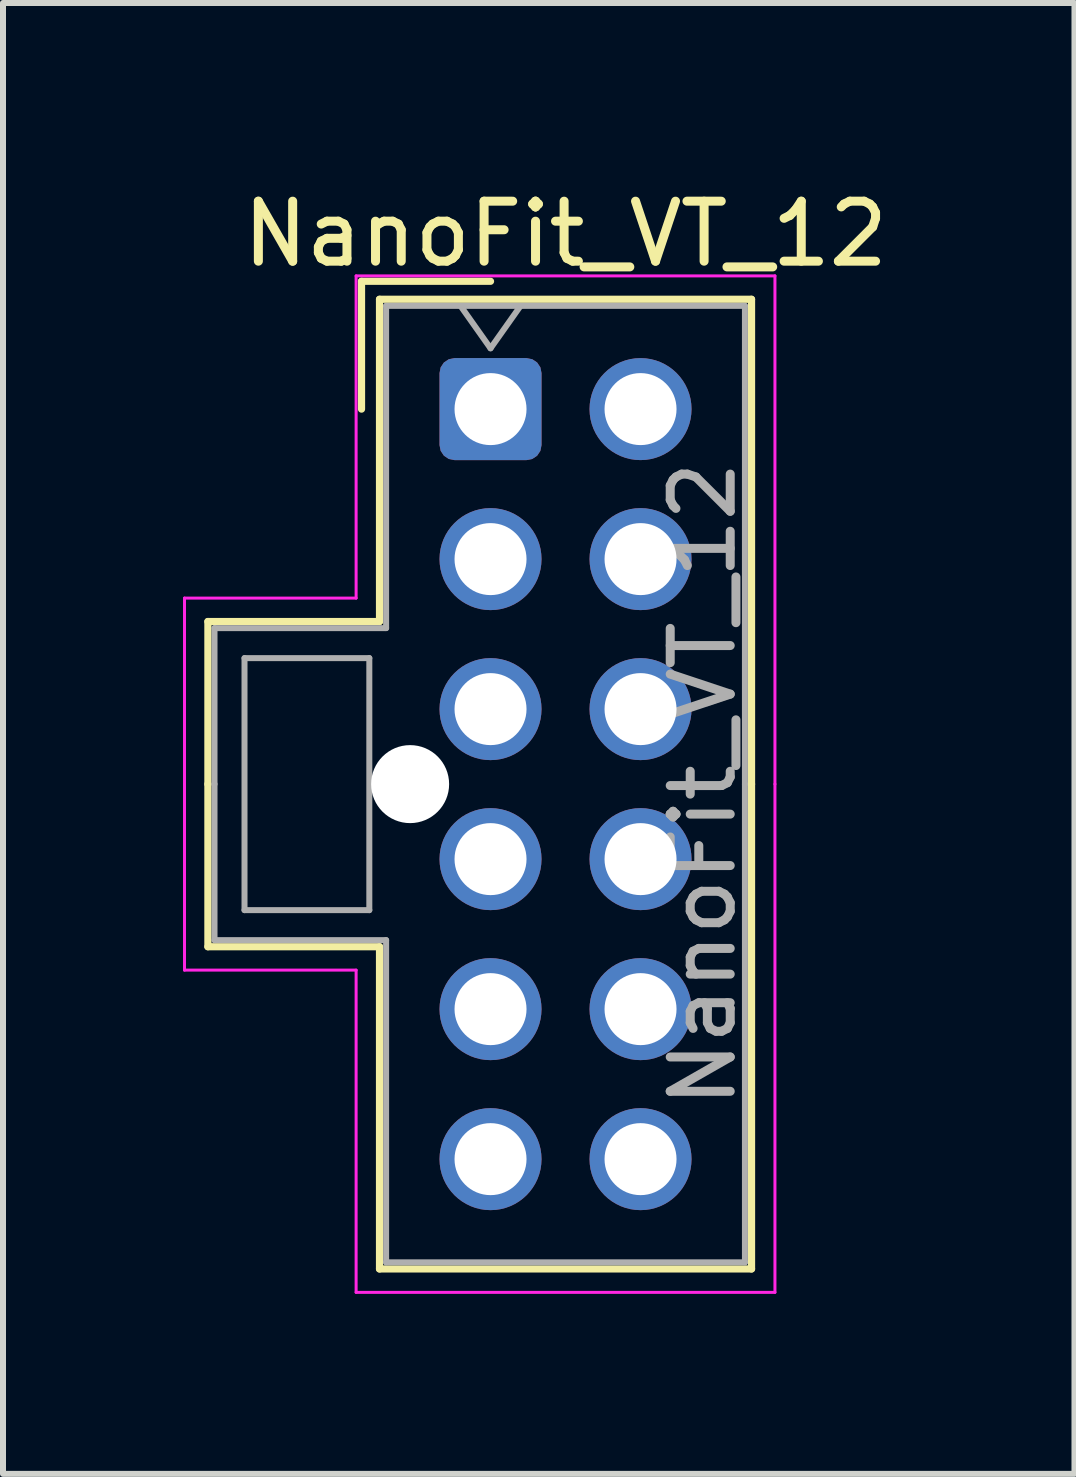
<source format=kicad_pcb>
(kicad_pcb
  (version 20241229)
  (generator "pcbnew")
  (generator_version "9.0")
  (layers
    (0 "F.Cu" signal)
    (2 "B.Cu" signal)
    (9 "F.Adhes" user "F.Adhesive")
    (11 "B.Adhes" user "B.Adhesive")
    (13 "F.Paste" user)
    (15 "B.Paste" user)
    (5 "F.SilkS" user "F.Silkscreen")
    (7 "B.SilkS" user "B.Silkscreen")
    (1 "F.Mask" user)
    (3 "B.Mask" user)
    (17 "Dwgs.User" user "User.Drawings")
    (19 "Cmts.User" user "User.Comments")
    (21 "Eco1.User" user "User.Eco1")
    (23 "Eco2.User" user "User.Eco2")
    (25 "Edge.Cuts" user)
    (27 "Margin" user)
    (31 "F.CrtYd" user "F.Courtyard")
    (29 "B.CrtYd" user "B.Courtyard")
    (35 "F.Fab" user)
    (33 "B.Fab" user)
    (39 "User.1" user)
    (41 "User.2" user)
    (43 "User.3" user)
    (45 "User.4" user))
  (footprint "NanoFit_VT_12"
    (layer "F.Cu")
    (at 5.125 3.768)
    (property "Reference" "NanoFit_VT_12" (at 1.25 -2.92 0) (layer "F.SilkS") (effects (font (size 1 1) (thickness 0.15))))
    (attr through_hole)
    (fp_line (start -4.71 3.54) (end -4.71 6.25) (stroke (width 0.12) (type solid)) (layer "F.SilkS"))
    (fp_line (start -4.71 8.96) (end -4.71 6.25) (stroke (width 0.12) (type solid)) (layer "F.SilkS"))
    (fp_line (start -2.15 -2.13) (end -2.15 0) (stroke (width 0.12) (type solid)) (layer "F.SilkS"))
    (fp_line (start -1.85 -1.83) (end -1.85 3.54) (stroke (width 0.12) (type solid)) (layer "F.SilkS"))
    (fp_line (start -1.85 3.54) (end -4.71 3.54) (stroke (width 0.12) (type solid)) (layer "F.SilkS"))
    (fp_line (start -1.85 8.96) (end -4.71 8.96) (stroke (width 0.12) (type solid)) (layer "F.SilkS"))
    (fp_line (start -1.85 14.33) (end -1.85 8.96) (stroke (width 0.12) (type solid)) (layer "F.SilkS"))
    (fp_line (start 0 -2.13) (end -2.15 -2.13) (stroke (width 0.12) (type solid)) (layer "F.SilkS"))
    (fp_line (start 4.35 -1.83) (end -1.85 -1.83) (stroke (width 0.12) (type solid)) (layer "F.SilkS"))
    (fp_line (start 4.35 6.25) (end 4.35 -1.83) (stroke (width 0.12) (type solid)) (layer "F.SilkS"))
    (fp_line (start 4.35 6.25) (end 4.35 14.33) (stroke (width 0.12) (type solid)) (layer "F.SilkS"))
    (fp_line (start 4.35 14.33) (end -1.85 14.33) (stroke (width 0.12) (type solid)) (layer "F.SilkS"))
    (fp_line (start -5.1 3.15) (end -5.1 6.25) (stroke (width 0.05) (type solid)) (layer "F.CrtYd"))
    (fp_line (start -5.1 9.35) (end -5.1 6.25) (stroke (width 0.05) (type solid)) (layer "F.CrtYd"))
    (fp_line (start -2.24 -2.22) (end -2.24 3.15) (stroke (width 0.05) (type solid)) (layer "F.CrtYd"))
    (fp_line (start -2.24 3.15) (end -5.1 3.15) (stroke (width 0.05) (type solid)) (layer "F.CrtYd"))
    (fp_line (start -2.24 9.35) (end -5.1 9.35) (stroke (width 0.05) (type solid)) (layer "F.CrtYd"))
    (fp_line (start -2.24 14.72) (end -2.24 9.35) (stroke (width 0.05) (type solid)) (layer "F.CrtYd"))
    (fp_line (start 4.74 -2.22) (end -2.24 -2.22) (stroke (width 0.05) (type solid)) (layer "F.CrtYd"))
    (fp_line (start 4.74 6.25) (end 4.74 -2.22) (stroke (width 0.05) (type solid)) (layer "F.CrtYd"))
    (fp_line (start 4.74 6.25) (end 4.74 14.72) (stroke (width 0.05) (type solid)) (layer "F.CrtYd"))
    (fp_line (start 4.74 14.72) (end -2.24 14.72) (stroke (width 0.05) (type solid)) (layer "F.CrtYd"))
    (fp_line (start -4.6 3.65) (end -4.6 6.25) (stroke (width 0.1) (type solid)) (layer "F.Fab"))
    (fp_line (start -4.6 8.85) (end -4.6 6.25) (stroke (width 0.1) (type solid)) (layer "F.Fab"))
    (fp_line (start -4.1 4.15) (end -4.1 8.35) (stroke (width 0.1) (type solid)) (layer "F.Fab"))
    (fp_line (start -4.1 8.35) (end -2.02 8.35) (stroke (width 0.1) (type solid)) (layer "F.Fab"))
    (fp_line (start -2.02 4.15) (end -4.1 4.15) (stroke (width 0.1) (type solid)) (layer "F.Fab"))
    (fp_line (start -2.02 8.35) (end -2.02 4.15) (stroke (width 0.1) (type solid)) (layer "F.Fab"))
    (fp_line (start -1.74 -1.72) (end -1.74 3.65) (stroke (width 0.1) (type solid)) (layer "F.Fab"))
    (fp_line (start -1.74 3.65) (end -4.6 3.65) (stroke (width 0.1) (type solid)) (layer "F.Fab"))
    (fp_line (start -1.74 8.85) (end -4.6 8.85) (stroke (width 0.1) (type solid)) (layer "F.Fab"))
    (fp_line (start -1.74 14.22) (end -1.74 8.85) (stroke (width 0.1) (type solid)) (layer "F.Fab"))
    (fp_line (start -0.5 -1.72) (end 0 -1.013) (stroke (width 0.1) (type solid)) (layer "F.Fab"))
    (fp_line (start 0 -1.013) (end 0.5 -1.72) (stroke (width 0.1) (type solid)) (layer "F.Fab"))
    (fp_line (start 4.24 -1.72) (end -1.74 -1.72) (stroke (width 0.1) (type solid)) (layer "F.Fab"))
    (fp_line (start 4.24 6.25) (end 4.24 -1.72) (stroke (width 0.1) (type solid)) (layer "F.Fab"))
    (fp_line (start 4.24 6.25) (end 4.24 14.22) (stroke (width 0.1) (type solid)) (layer "F.Fab"))
    (fp_line (start 4.24 14.22) (end -1.74 14.22) (stroke (width 0.1) (type solid)) (layer "F.Fab"))
    (fp_text user "${REFERENCE}" (at 3.54 6.25 90) (layer "F.Fab") (effects (font (size 1 1) (thickness 0.15))))
    (pad "" np_thru_hole circle (at -1.34 6.25) (size 1.3 1.3) (drill 1.3) (layers "*.Cu" "*.Mask"))
    (pad "1" thru_hole roundrect (at 0 0) (size 1.7 1.7) (drill 1.2) (layers "*.Cu" "*.Mask") (roundrect_rratio 0.147))
    (pad "2" thru_hole circle (at 0 2.5) (size 1.7 1.7) (drill 1.2) (layers "*.Cu" "*.Mask"))
    (pad "3" thru_hole circle (at 0 5) (size 1.7 1.7) (drill 1.2) (layers "*.Cu" "*.Mask"))
    (pad "4" thru_hole circle (at 0 7.5) (size 1.7 1.7) (drill 1.2) (layers "*.Cu" "*.Mask"))
    (pad "5" thru_hole circle (at 0 10) (size 1.7 1.7) (drill 1.2) (layers "*.Cu" "*.Mask"))
    (pad "6" thru_hole circle (at 0 12.5) (size 1.7 1.7) (drill 1.2) (layers "*.Cu" "*.Mask"))
    (pad "7" thru_hole circle (at 2.5 0) (size 1.7 1.7) (drill 1.2) (layers "*.Cu" "*.Mask"))
    (pad "8" thru_hole circle (at 2.5 2.5) (size 1.7 1.7) (drill 1.2) (layers "*.Cu" "*.Mask"))
    (pad "9" thru_hole circle (at 2.5 5) (size 1.7 1.7) (drill 1.2) (layers "*.Cu" "*.Mask"))
    (pad "10" thru_hole circle (at 2.5 7.5) (size 1.7 1.7) (drill 1.2) (layers "*.Cu" "*.Mask"))
    (pad "11" thru_hole circle (at 2.5 10) (size 1.7 1.7) (drill 1.2) (layers "*.Cu" "*.Mask"))
    (pad "12" thru_hole circle (at 2.5 12.5) (size 1.7 1.7) (drill 1.2) (layers "*.Cu" "*.Mask")))
  (gr_rect
    (start -3 -3)
    (end 14.857 21.513)
    (stroke (width 0.1) (type default))
    (fill no)
    (layer "Edge.Cuts")))
</source>
